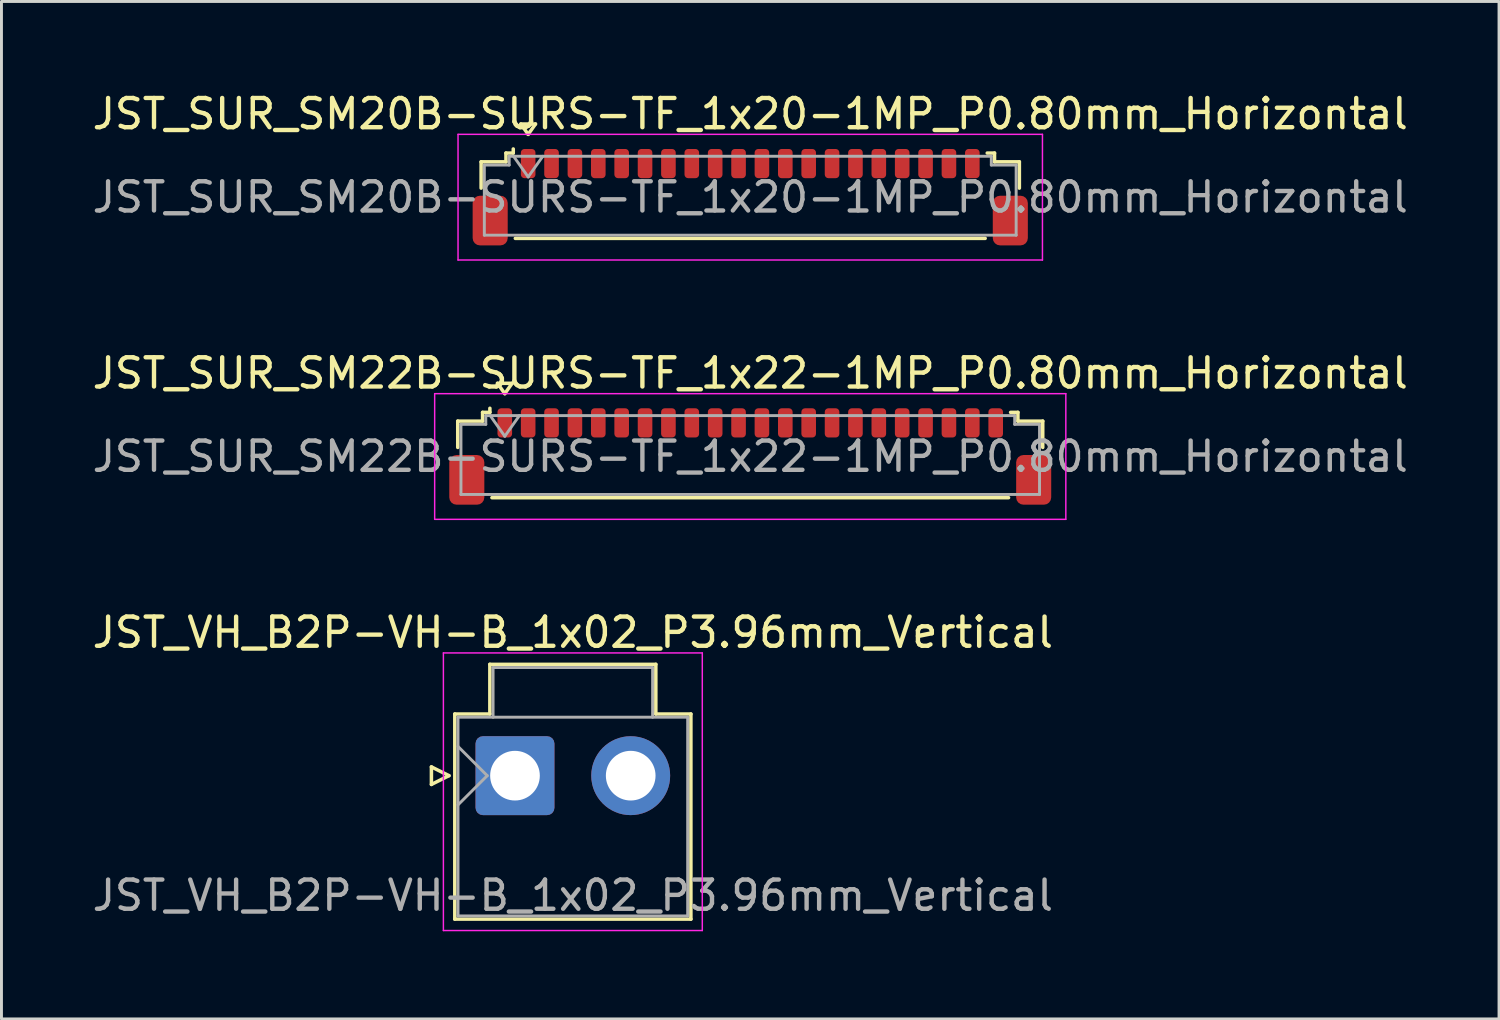
<source format=kicad_pcb>
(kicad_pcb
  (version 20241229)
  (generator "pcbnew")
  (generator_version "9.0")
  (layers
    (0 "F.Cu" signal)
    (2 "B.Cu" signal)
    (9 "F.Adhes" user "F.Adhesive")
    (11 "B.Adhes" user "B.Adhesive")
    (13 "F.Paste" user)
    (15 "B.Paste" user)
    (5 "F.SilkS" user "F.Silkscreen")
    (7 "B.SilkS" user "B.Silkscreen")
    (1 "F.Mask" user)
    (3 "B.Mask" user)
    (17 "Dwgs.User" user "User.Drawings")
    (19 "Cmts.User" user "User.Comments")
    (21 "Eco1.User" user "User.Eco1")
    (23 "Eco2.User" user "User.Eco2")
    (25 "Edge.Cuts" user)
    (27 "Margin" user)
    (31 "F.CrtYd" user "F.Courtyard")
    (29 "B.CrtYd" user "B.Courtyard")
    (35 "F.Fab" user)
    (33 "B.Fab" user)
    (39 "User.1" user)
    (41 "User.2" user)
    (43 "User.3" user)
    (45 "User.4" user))
  (footprint "JST_SUR_SM22B-SURS-TF_1x22-1MP_P0.80mm_Horizontal"
    (layer "F.Cu")
    (at 22.625 12.572)
    (property "Reference" "JST_SUR_SM22B-SURS-TF_1x22-1MP_P0.80mm_Horizontal" (at 0 -2.85 0) (layer "F.SilkS") (effects (font (size 1 1) (thickness 0.15))))
    (attr smd)
    (fp_line (start -10.01 -1.21) (end -9.16 -1.21) (stroke (width 0.12) (type solid)) (layer "F.SilkS"))
    (fp_line (start -10.01 -0.31) (end -10.01 -1.21) (stroke (width 0.12) (type solid)) (layer "F.SilkS"))
    (fp_line (start -9.16 -1.51) (end -8.91 -1.51) (stroke (width 0.12) (type solid)) (layer "F.SilkS"))
    (fp_line (start -9.16 -1.21) (end -9.16 -1.51) (stroke (width 0.12) (type solid)) (layer "F.SilkS"))
    (fp_line (start -8.91 -1.51) (end -8.91 -1.65) (stroke (width 0.12) (type solid)) (layer "F.SilkS"))
    (fp_line (start -8.84 1.41) (end 8.84 1.41) (stroke (width 0.12) (type solid)) (layer "F.SilkS"))
    (fp_line (start -8.65 -2.504) (end -8.4 -2.15) (stroke (width 0.12) (type solid)) (layer "F.SilkS"))
    (fp_line (start -8.4 -2.15) (end -8.15 -2.504) (stroke (width 0.12) (type solid)) (layer "F.SilkS"))
    (fp_line (start -8.15 -2.504) (end -8.65 -2.504) (stroke (width 0.12) (type solid)) (layer "F.SilkS"))
    (fp_line (start 9.16 -1.51) (end 8.91 -1.51) (stroke (width 0.12) (type solid)) (layer "F.SilkS"))
    (fp_line (start 9.16 -1.21) (end 9.16 -1.51) (stroke (width 0.12) (type solid)) (layer "F.SilkS"))
    (fp_line (start 10.01 -1.21) (end 9.16 -1.21) (stroke (width 0.12) (type solid)) (layer "F.SilkS"))
    (fp_line (start 10.01 -0.31) (end 10.01 -1.21) (stroke (width 0.12) (type solid)) (layer "F.SilkS"))
    (fp_line (start -10.8 -2.15) (end -10.8 2.15) (stroke (width 0.05) (type solid)) (layer "F.CrtYd"))
    (fp_line (start -10.8 2.15) (end 10.8 2.15) (stroke (width 0.05) (type solid)) (layer "F.CrtYd"))
    (fp_line (start 10.8 -2.15) (end -10.8 -2.15) (stroke (width 0.05) (type solid)) (layer "F.CrtYd"))
    (fp_line (start 10.8 2.15) (end 10.8 -2.15) (stroke (width 0.05) (type solid)) (layer "F.CrtYd"))
    (fp_line (start -9.9 -1.1) (end -9.9 1.3) (stroke (width 0.1) (type solid)) (layer "F.Fab"))
    (fp_line (start -9.9 -1.1) (end -9.05 -1.1) (stroke (width 0.1) (type solid)) (layer "F.Fab"))
    (fp_line (start -9.9 1.3) (end 9.9 1.3) (stroke (width 0.1) (type solid)) (layer "F.Fab"))
    (fp_line (start -9.05 -1.4) (end 9.05 -1.4) (stroke (width 0.1) (type solid)) (layer "F.Fab"))
    (fp_line (start -9.05 -1.1) (end -9.05 -1.4) (stroke (width 0.1) (type solid)) (layer "F.Fab"))
    (fp_line (start -8.9 -1.4) (end -8.4 -0.693) (stroke (width 0.1) (type solid)) (layer "F.Fab"))
    (fp_line (start -8.4 -0.693) (end -7.9 -1.4) (stroke (width 0.1) (type solid)) (layer "F.Fab"))
    (fp_line (start 9.05 -1.4) (end 9.05 -1.1) (stroke (width 0.1) (type solid)) (layer "F.Fab"))
    (fp_line (start 9.05 -1.1) (end 9.9 -1.1) (stroke (width 0.1) (type solid)) (layer "F.Fab"))
    (fp_line (start 9.9 -1.1) (end 9.9 1.3) (stroke (width 0.1) (type solid)) (layer "F.Fab"))
    (fp_text user "${REFERENCE}" (at 0 0 0) (layer "F.Fab") (effects (font (size 1 1) (thickness 0.15))))
    (pad "1" smd roundrect (at -8.4 -1.15) (size 0.5 1) (layers "F.Cu" "F.Mask" "F.Paste") (roundrect_rratio 0.25))
    (pad "2" smd roundrect (at -7.6 -1.15) (size 0.5 1) (layers "F.Cu" "F.Mask" "F.Paste") (roundrect_rratio 0.25))
    (pad "3" smd roundrect (at -6.8 -1.15) (size 0.5 1) (layers "F.Cu" "F.Mask" "F.Paste") (roundrect_rratio 0.25))
    (pad "4" smd roundrect (at -6 -1.15) (size 0.5 1) (layers "F.Cu" "F.Mask" "F.Paste") (roundrect_rratio 0.25))
    (pad "5" smd roundrect (at -5.2 -1.15) (size 0.5 1) (layers "F.Cu" "F.Mask" "F.Paste") (roundrect_rratio 0.25))
    (pad "6" smd roundrect (at -4.4 -1.15) (size 0.5 1) (layers "F.Cu" "F.Mask" "F.Paste") (roundrect_rratio 0.25))
    (pad "7" smd roundrect (at -3.6 -1.15) (size 0.5 1) (layers "F.Cu" "F.Mask" "F.Paste") (roundrect_rratio 0.25))
    (pad "8" smd roundrect (at -2.8 -1.15) (size 0.5 1) (layers "F.Cu" "F.Mask" "F.Paste") (roundrect_rratio 0.25))
    (pad "9" smd roundrect (at -2 -1.15) (size 0.5 1) (layers "F.Cu" "F.Mask" "F.Paste") (roundrect_rratio 0.25))
    (pad "10" smd roundrect (at -1.2 -1.15) (size 0.5 1) (layers "F.Cu" "F.Mask" "F.Paste") (roundrect_rratio 0.25))
    (pad "11" smd roundrect (at -0.4 -1.15) (size 0.5 1) (layers "F.Cu" "F.Mask" "F.Paste") (roundrect_rratio 0.25))
    (pad "12" smd roundrect (at 0.4 -1.15) (size 0.5 1) (layers "F.Cu" "F.Mask" "F.Paste") (roundrect_rratio 0.25))
    (pad "13" smd roundrect (at 1.2 -1.15) (size 0.5 1) (layers "F.Cu" "F.Mask" "F.Paste") (roundrect_rratio 0.25))
    (pad "14" smd roundrect (at 2 -1.15) (size 0.5 1) (layers "F.Cu" "F.Mask" "F.Paste") (roundrect_rratio 0.25))
    (pad "15" smd roundrect (at 2.8 -1.15) (size 0.5 1) (layers "F.Cu" "F.Mask" "F.Paste") (roundrect_rratio 0.25))
    (pad "16" smd roundrect (at 3.6 -1.15) (size 0.5 1) (layers "F.Cu" "F.Mask" "F.Paste") (roundrect_rratio 0.25))
    (pad "17" smd roundrect (at 4.4 -1.15) (size 0.5 1) (layers "F.Cu" "F.Mask" "F.Paste") (roundrect_rratio 0.25))
    (pad "18" smd roundrect (at 5.2 -1.15) (size 0.5 1) (layers "F.Cu" "F.Mask" "F.Paste") (roundrect_rratio 0.25))
    (pad "19" smd roundrect (at 6 -1.15) (size 0.5 1) (layers "F.Cu" "F.Mask" "F.Paste") (roundrect_rratio 0.25))
    (pad "20" smd roundrect (at 6.8 -1.15) (size 0.5 1) (layers "F.Cu" "F.Mask" "F.Paste") (roundrect_rratio 0.25))
    (pad "21" smd roundrect (at 7.6 -1.15) (size 0.5 1) (layers "F.Cu" "F.Mask" "F.Paste") (roundrect_rratio 0.25))
    (pad "22" smd roundrect (at 8.4 -1.15) (size 0.5 1) (layers "F.Cu" "F.Mask" "F.Paste") (roundrect_rratio 0.25))
    (pad "MP" smd roundrect (at -9.7 0.8) (size 1.2 1.7) (layers "F.Cu" "F.Mask" "F.Paste") (roundrect_rratio 0.208))
    (pad "MP" smd roundrect (at 9.7 0.8) (size 1.2 1.7) (layers "F.Cu" "F.Mask" "F.Paste") (roundrect_rratio 0.208)))
  (footprint "JST_SUR_SM20B-SURS-TF_1x20-1MP_P0.80mm_Horizontal"
    (layer "F.Cu")
    (at 22.625 3.698)
    (property "Reference" "JST_SUR_SM20B-SURS-TF_1x20-1MP_P0.80mm_Horizontal" (at 0 -2.85 0) (layer "F.SilkS") (effects (font (size 1 1) (thickness 0.15))))
    (attr smd)
    (fp_line (start -9.21 -1.21) (end -8.36 -1.21) (stroke (width 0.12) (type solid)) (layer "F.SilkS"))
    (fp_line (start -9.21 -0.31) (end -9.21 -1.21) (stroke (width 0.12) (type solid)) (layer "F.SilkS"))
    (fp_line (start -8.36 -1.51) (end -8.11 -1.51) (stroke (width 0.12) (type solid)) (layer "F.SilkS"))
    (fp_line (start -8.36 -1.21) (end -8.36 -1.51) (stroke (width 0.12) (type solid)) (layer "F.SilkS"))
    (fp_line (start -8.11 -1.51) (end -8.11 -1.65) (stroke (width 0.12) (type solid)) (layer "F.SilkS"))
    (fp_line (start -8.04 1.41) (end 8.04 1.41) (stroke (width 0.12) (type solid)) (layer "F.SilkS"))
    (fp_line (start -7.85 -2.504) (end -7.6 -2.15) (stroke (width 0.12) (type solid)) (layer "F.SilkS"))
    (fp_line (start -7.6 -2.15) (end -7.35 -2.504) (stroke (width 0.12) (type solid)) (layer "F.SilkS"))
    (fp_line (start -7.35 -2.504) (end -7.85 -2.504) (stroke (width 0.12) (type solid)) (layer "F.SilkS"))
    (fp_line (start 8.36 -1.51) (end 8.11 -1.51) (stroke (width 0.12) (type solid)) (layer "F.SilkS"))
    (fp_line (start 8.36 -1.21) (end 8.36 -1.51) (stroke (width 0.12) (type solid)) (layer "F.SilkS"))
    (fp_line (start 9.21 -1.21) (end 8.36 -1.21) (stroke (width 0.12) (type solid)) (layer "F.SilkS"))
    (fp_line (start 9.21 -0.31) (end 9.21 -1.21) (stroke (width 0.12) (type solid)) (layer "F.SilkS"))
    (fp_line (start -10 -2.15) (end -10 2.15) (stroke (width 0.05) (type solid)) (layer "F.CrtYd"))
    (fp_line (start -10 2.15) (end 10 2.15) (stroke (width 0.05) (type solid)) (layer "F.CrtYd"))
    (fp_line (start 10 -2.15) (end -10 -2.15) (stroke (width 0.05) (type solid)) (layer "F.CrtYd"))
    (fp_line (start 10 2.15) (end 10 -2.15) (stroke (width 0.05) (type solid)) (layer "F.CrtYd"))
    (fp_line (start -9.1 -1.1) (end -9.1 1.3) (stroke (width 0.1) (type solid)) (layer "F.Fab"))
    (fp_line (start -9.1 -1.1) (end -8.25 -1.1) (stroke (width 0.1) (type solid)) (layer "F.Fab"))
    (fp_line (start -9.1 1.3) (end 9.1 1.3) (stroke (width 0.1) (type solid)) (layer "F.Fab"))
    (fp_line (start -8.25 -1.4) (end 8.25 -1.4) (stroke (width 0.1) (type solid)) (layer "F.Fab"))
    (fp_line (start -8.25 -1.1) (end -8.25 -1.4) (stroke (width 0.1) (type solid)) (layer "F.Fab"))
    (fp_line (start -8.1 -1.4) (end -7.6 -0.693) (stroke (width 0.1) (type solid)) (layer "F.Fab"))
    (fp_line (start -7.6 -0.693) (end -7.1 -1.4) (stroke (width 0.1) (type solid)) (layer "F.Fab"))
    (fp_line (start 8.25 -1.4) (end 8.25 -1.1) (stroke (width 0.1) (type solid)) (layer "F.Fab"))
    (fp_line (start 8.25 -1.1) (end 9.1 -1.1) (stroke (width 0.1) (type solid)) (layer "F.Fab"))
    (fp_line (start 9.1 -1.1) (end 9.1 1.3) (stroke (width 0.1) (type solid)) (layer "F.Fab"))
    (fp_text user "${REFERENCE}" (at 0 0 0) (layer "F.Fab") (effects (font (size 1 1) (thickness 0.15))))
    (pad "1" smd roundrect (at -7.6 -1.15) (size 0.5 1) (layers "F.Cu" "F.Mask" "F.Paste") (roundrect_rratio 0.25))
    (pad "2" smd roundrect (at -6.8 -1.15) (size 0.5 1) (layers "F.Cu" "F.Mask" "F.Paste") (roundrect_rratio 0.25))
    (pad "3" smd roundrect (at -6 -1.15) (size 0.5 1) (layers "F.Cu" "F.Mask" "F.Paste") (roundrect_rratio 0.25))
    (pad "4" smd roundrect (at -5.2 -1.15) (size 0.5 1) (layers "F.Cu" "F.Mask" "F.Paste") (roundrect_rratio 0.25))
    (pad "5" smd roundrect (at -4.4 -1.15) (size 0.5 1) (layers "F.Cu" "F.Mask" "F.Paste") (roundrect_rratio 0.25))
    (pad "6" smd roundrect (at -3.6 -1.15) (size 0.5 1) (layers "F.Cu" "F.Mask" "F.Paste") (roundrect_rratio 0.25))
    (pad "7" smd roundrect (at -2.8 -1.15) (size 0.5 1) (layers "F.Cu" "F.Mask" "F.Paste") (roundrect_rratio 0.25))
    (pad "8" smd roundrect (at -2 -1.15) (size 0.5 1) (layers "F.Cu" "F.Mask" "F.Paste") (roundrect_rratio 0.25))
    (pad "9" smd roundrect (at -1.2 -1.15) (size 0.5 1) (layers "F.Cu" "F.Mask" "F.Paste") (roundrect_rratio 0.25))
    (pad "10" smd roundrect (at -0.4 -1.15) (size 0.5 1) (layers "F.Cu" "F.Mask" "F.Paste") (roundrect_rratio 0.25))
    (pad "11" smd roundrect (at 0.4 -1.15) (size 0.5 1) (layers "F.Cu" "F.Mask" "F.Paste") (roundrect_rratio 0.25))
    (pad "12" smd roundrect (at 1.2 -1.15) (size 0.5 1) (layers "F.Cu" "F.Mask" "F.Paste") (roundrect_rratio 0.25))
    (pad "13" smd roundrect (at 2 -1.15) (size 0.5 1) (layers "F.Cu" "F.Mask" "F.Paste") (roundrect_rratio 0.25))
    (pad "14" smd roundrect (at 2.8 -1.15) (size 0.5 1) (layers "F.Cu" "F.Mask" "F.Paste") (roundrect_rratio 0.25))
    (pad "15" smd roundrect (at 3.6 -1.15) (size 0.5 1) (layers "F.Cu" "F.Mask" "F.Paste") (roundrect_rratio 0.25))
    (pad "16" smd roundrect (at 4.4 -1.15) (size 0.5 1) (layers "F.Cu" "F.Mask" "F.Paste") (roundrect_rratio 0.25))
    (pad "17" smd roundrect (at 5.2 -1.15) (size 0.5 1) (layers "F.Cu" "F.Mask" "F.Paste") (roundrect_rratio 0.25))
    (pad "18" smd roundrect (at 6 -1.15) (size 0.5 1) (layers "F.Cu" "F.Mask" "F.Paste") (roundrect_rratio 0.25))
    (pad "19" smd roundrect (at 6.8 -1.15) (size 0.5 1) (layers "F.Cu" "F.Mask" "F.Paste") (roundrect_rratio 0.25))
    (pad "20" smd roundrect (at 7.6 -1.15) (size 0.5 1) (layers "F.Cu" "F.Mask" "F.Paste") (roundrect_rratio 0.25))
    (pad "MP" smd roundrect (at -8.9 0.8) (size 1.2 1.7) (layers "F.Cu" "F.Mask" "F.Paste") (roundrect_rratio 0.208))
    (pad "MP" smd roundrect (at 8.9 0.8) (size 1.2 1.7) (layers "F.Cu" "F.Mask" "F.Paste") (roundrect_rratio 0.208)))
  (footprint "JST_VH_B2P-VH-B_1x02_P3.96mm_Vertical"
    (layer "F.Cu")
    (at 14.574 23.495)
    (property "Reference" "JST_VH_B2P-VH-B_1x02_P3.96mm_Vertical" (at 1.98 -4.9 0) (layer "F.SilkS") (effects (font (size 1 1) (thickness 0.15))))
    (attr through_hole)
    (fp_line (start -2.86 -0.3) (end -2.26 0) (stroke (width 0.12) (type solid)) (layer "F.SilkS"))
    (fp_line (start -2.86 0.3) (end -2.86 -0.3) (stroke (width 0.12) (type solid)) (layer "F.SilkS"))
    (fp_line (start -2.26 0) (end -2.86 0.3) (stroke (width 0.12) (type solid)) (layer "F.SilkS"))
    (fp_line (start -2.06 -2.11) (end -0.86 -2.11) (stroke (width 0.12) (type solid)) (layer "F.SilkS"))
    (fp_line (start -2.06 4.91) (end -2.06 -2.11) (stroke (width 0.12) (type solid)) (layer "F.SilkS"))
    (fp_line (start -0.86 -3.81) (end 4.82 -3.81) (stroke (width 0.12) (type solid)) (layer "F.SilkS"))
    (fp_line (start -0.86 -2.11) (end -0.86 -3.81) (stroke (width 0.12) (type solid)) (layer "F.SilkS"))
    (fp_line (start 4.82 -3.81) (end 4.82 -2.11) (stroke (width 0.12) (type solid)) (layer "F.SilkS"))
    (fp_line (start 4.82 -2.11) (end 6.02 -2.11) (stroke (width 0.12) (type solid)) (layer "F.SilkS"))
    (fp_line (start 6.02 -2.11) (end 6.02 4.91) (stroke (width 0.12) (type solid)) (layer "F.SilkS"))
    (fp_line (start 6.02 4.91) (end -2.06 4.91) (stroke (width 0.12) (type solid)) (layer "F.SilkS"))
    (fp_line (start -2.45 -4.2) (end -2.45 5.3) (stroke (width 0.05) (type solid)) (layer "F.CrtYd"))
    (fp_line (start -2.45 5.3) (end 6.41 5.3) (stroke (width 0.05) (type solid)) (layer "F.CrtYd"))
    (fp_line (start 6.41 -4.2) (end -2.45 -4.2) (stroke (width 0.05) (type solid)) (layer "F.CrtYd"))
    (fp_line (start 6.41 5.3) (end 6.41 -4.2) (stroke (width 0.05) (type solid)) (layer "F.CrtYd"))
    (fp_line (start -1.95 -2) (end -1.95 4.8) (stroke (width 0.1) (type solid)) (layer "F.Fab"))
    (fp_line (start -1.95 -1) (end -0.95 0) (stroke (width 0.1) (type solid)) (layer "F.Fab"))
    (fp_line (start -1.95 1) (end -0.95 0) (stroke (width 0.1) (type solid)) (layer "F.Fab"))
    (fp_line (start -1.95 4.8) (end 5.91 4.8) (stroke (width 0.1) (type solid)) (layer "F.Fab"))
    (fp_line (start -0.75 -3.7) (end 4.71 -3.7) (stroke (width 0.1) (type solid)) (layer "F.Fab"))
    (fp_line (start -0.75 -2) (end -0.75 -3.7) (stroke (width 0.1) (type solid)) (layer "F.Fab"))
    (fp_line (start 4.71 -3.7) (end 4.71 -2) (stroke (width 0.1) (type solid)) (layer "F.Fab"))
    (fp_line (start 5.91 -2) (end -1.95 -2) (stroke (width 0.1) (type solid)) (layer "F.Fab"))
    (fp_line (start 5.91 4.8) (end 5.91 -2) (stroke (width 0.1) (type solid)) (layer "F.Fab"))
    (fp_text user "${REFERENCE}" (at 1.98 4.1 0) (layer "F.Fab") (effects (font (size 1 1) (thickness 0.15))))
    (pad "1" thru_hole roundrect (at 0 0) (size 2.7 2.7) (drill 1.7) (layers "*.Cu" "*.Mask") (roundrect_rratio 0.093))
    (pad "2" thru_hole circle (at 3.96 0) (size 2.7 2.7) (drill 1.7) (layers "*.Cu" "*.Mask")))
  (gr_rect
    (start -3 -3)
    (end 48.25 31.82)
    (stroke (width 0.1) (type default))
    (fill no)
    (layer "Edge.Cuts")))
</source>
